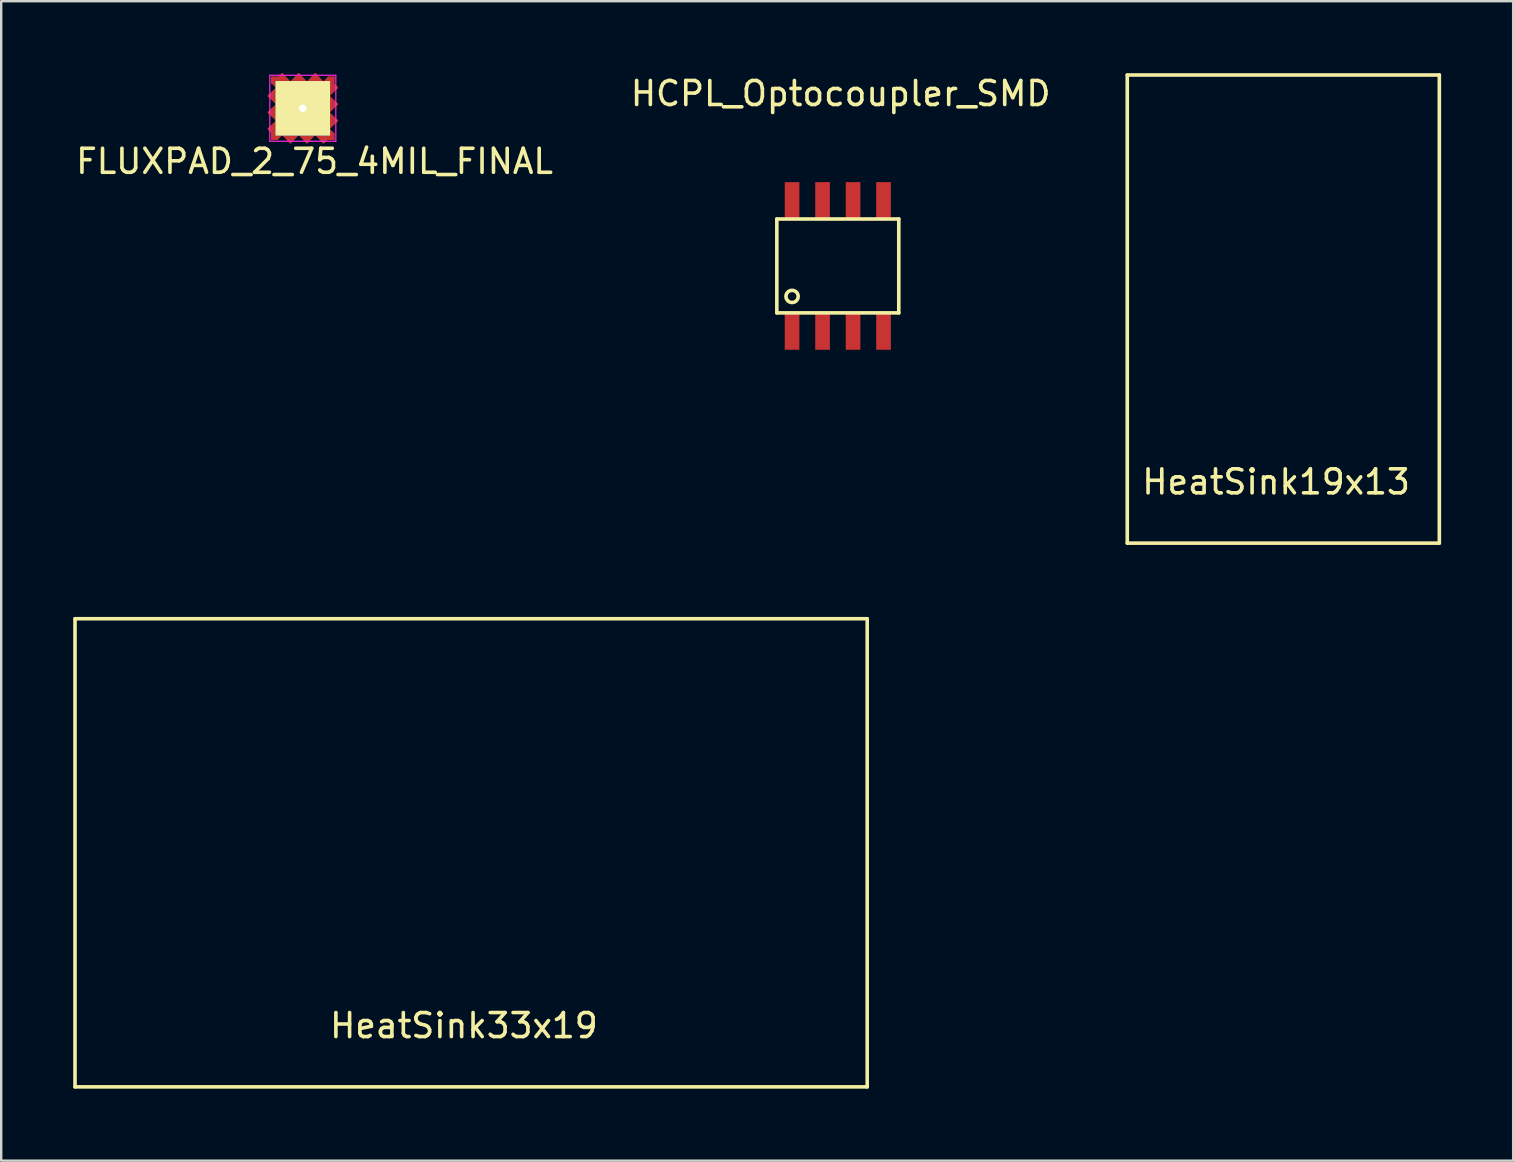
<source format=kicad_pcb>
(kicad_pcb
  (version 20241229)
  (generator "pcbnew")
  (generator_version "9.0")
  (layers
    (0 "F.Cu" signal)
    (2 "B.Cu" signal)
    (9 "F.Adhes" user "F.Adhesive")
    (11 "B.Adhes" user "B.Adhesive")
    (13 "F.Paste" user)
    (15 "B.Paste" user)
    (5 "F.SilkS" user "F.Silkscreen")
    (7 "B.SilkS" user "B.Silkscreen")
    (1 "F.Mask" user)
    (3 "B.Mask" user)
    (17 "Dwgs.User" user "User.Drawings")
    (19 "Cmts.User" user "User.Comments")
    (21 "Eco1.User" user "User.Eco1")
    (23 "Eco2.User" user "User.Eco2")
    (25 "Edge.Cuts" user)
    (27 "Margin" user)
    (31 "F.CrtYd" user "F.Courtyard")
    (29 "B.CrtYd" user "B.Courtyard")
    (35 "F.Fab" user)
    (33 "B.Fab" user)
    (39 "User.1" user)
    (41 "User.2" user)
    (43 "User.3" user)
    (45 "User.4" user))
  (footprint "FLUXPAD_2_75_4MIL_FINAL"
    (layer "F.Cu")
    (at 9.564 1.461)
    (property "Reference" "FLUXPAD_2_75_4MIL_FINAL" (at 0.49 2.21 0) (layer "F.SilkS") (effects (font (size 1 1) (thickness 0.15))))
    (attr through_hole)
    (fp_line (start -1.411 -0.516) (end -1.051 -0.859) (stroke (width 0.1) (type solid)) (layer "F.Cu"))
    (fp_line (start -1.411 0.172) (end -1.051 -0.172) (stroke (width 0.1) (type solid)) (layer "F.Cu"))
    (fp_line (start -1.411 0.859) (end -1.275 0.989) (stroke (width 0.1) (type solid)) (layer "F.Cu"))
    (fp_line (start -1.411 0.859) (end -1.051 0.516) (stroke (width 0.1) (type solid)) (layer "F.Cu"))
    (fp_line (start -1.3 -0.52) (end -1.17 -0.64) (stroke (width 0.15) (type solid)) (layer "F.Cu"))
    (fp_line (start -1.29 0.17) (end -1.16 0.05) (stroke (width 0.15) (type solid)) (layer "F.Cu"))
    (fp_line (start -1.275 -1.275) (end -1.275 -1.074) (stroke (width 0.1) (type solid)) (layer "F.Cu"))
    (fp_line (start -1.275 -1.074) (end -1.051 -0.859) (stroke (width 0.1) (type solid)) (layer "F.Cu"))
    (fp_line (start -1.275 0.989) (end -1.275 1.275) (stroke (width 0.1) (type solid)) (layer "F.Cu"))
    (fp_line (start -1.275 1.275) (end -1.074 1.275) (stroke (width 0.1) (type solid)) (layer "F.Cu"))
    (fp_line (start -1.18 1.17) (end -1.17 0.72) (stroke (width 0.15) (type solid)) (layer "F.Cu"))
    (fp_line (start -1.17 -1.18) (end -0.72 -1.17) (stroke (width 0.15) (type solid)) (layer "F.Cu"))
    (fp_line (start -1.17 -1.07) (end -1.17 -1.18) (stroke (width 0.15) (type solid)) (layer "F.Cu"))
    (fp_line (start -1.17 -0.64) (end -1.17 -0.39) (stroke (width 0.15) (type solid)) (layer "F.Cu"))
    (fp_line (start -1.17 -0.39) (end -1.3 -0.52) (stroke (width 0.15) (type solid)) (layer "F.Cu"))
    (fp_line (start -1.17 0.72) (end -1.27 0.88) (stroke (width 0.15) (type solid)) (layer "F.Cu"))
    (fp_line (start -1.16 0.05) (end -1.16 0.3) (stroke (width 0.15) (type solid)) (layer "F.Cu"))
    (fp_line (start -1.16 0.3) (end -1.29 0.17) (stroke (width 0.15) (type solid)) (layer "F.Cu"))
    (fp_line (start -1.074 1.275) (end -0.859 1.051) (stroke (width 0.1) (type solid)) (layer "F.Cu"))
    (fp_line (start -1.07 1.17) (end -1.18 1.17) (stroke (width 0.15) (type solid)) (layer "F.Cu"))
    (fp_line (start -1.051 -0.172) (end -1.411 -0.516) (stroke (width 0.1) (type solid)) (layer "F.Cu"))
    (fp_line (start -1.051 0.516) (end -1.411 0.172) (stroke (width 0.1) (type solid)) (layer "F.Cu"))
    (fp_line (start -0.989 -1.275) (end -1.275 -1.275) (stroke (width 0.1) (type solid)) (layer "F.Cu"))
    (fp_line (start -0.859 -1.411) (end -0.516 -1.051) (stroke (width 0.1) (type solid)) (layer "F.Cu"))
    (fp_line (start -0.859 -1.411) (end -0.989 -1.275) (stroke (width 0.1) (type solid)) (layer "F.Cu"))
    (fp_line (start -0.72 -1.17) (end -0.88 -1.27) (stroke (width 0.15) (type solid)) (layer "F.Cu"))
    (fp_line (start -0.64 1.17) (end -0.39 1.17) (stroke (width 0.15) (type solid)) (layer "F.Cu"))
    (fp_line (start -0.52 1.3) (end -0.64 1.17) (stroke (width 0.15) (type solid)) (layer "F.Cu"))
    (fp_line (start -0.516 -1.051) (end -0.172 -1.411) (stroke (width 0.1) (type solid)) (layer "F.Cu"))
    (fp_line (start -0.516 1.411) (end -0.859 1.051) (stroke (width 0.1) (type solid)) (layer "F.Cu"))
    (fp_line (start -0.39 1.17) (end -0.52 1.3) (stroke (width 0.15) (type solid)) (layer "F.Cu"))
    (fp_line (start -0.3 -1.16) (end -0.17 -1.29) (stroke (width 0.15) (type solid)) (layer "F.Cu"))
    (fp_line (start -0.172 -1.411) (end 0.172 -1.051) (stroke (width 0.1) (type solid)) (layer "F.Cu"))
    (fp_line (start -0.172 1.051) (end -0.516 1.411) (stroke (width 0.1) (type solid)) (layer "F.Cu"))
    (fp_line (start -0.17 -1.29) (end -0.05 -1.16) (stroke (width 0.15) (type solid)) (layer "F.Cu"))
    (fp_line (start -0.05 -1.16) (end -0.3 -1.16) (stroke (width 0.15) (type solid)) (layer "F.Cu"))
    (fp_line (start 0.05 1.16) (end 0.3 1.16) (stroke (width 0.15) (type solid)) (layer "F.Cu"))
    (fp_line (start 0.17 1.29) (end 0.05 1.16) (stroke (width 0.15) (type solid)) (layer "F.Cu"))
    (fp_line (start 0.172 -1.051) (end 0.516 -1.411) (stroke (width 0.1) (type solid)) (layer "F.Cu"))
    (fp_line (start 0.172 1.411) (end -0.172 1.051) (stroke (width 0.1) (type solid)) (layer "F.Cu"))
    (fp_line (start 0.3 1.16) (end 0.17 1.29) (stroke (width 0.15) (type solid)) (layer "F.Cu"))
    (fp_line (start 0.39 -1.17) (end 0.52 -1.3) (stroke (width 0.15) (type solid)) (layer "F.Cu"))
    (fp_line (start 0.516 -1.411) (end 0.859 -1.051) (stroke (width 0.1) (type solid)) (layer "F.Cu"))
    (fp_line (start 0.516 1.051) (end 0.172 1.411) (stroke (width 0.1) (type solid)) (layer "F.Cu"))
    (fp_line (start 0.52 -1.3) (end 0.64 -1.17) (stroke (width 0.15) (type solid)) (layer "F.Cu"))
    (fp_line (start 0.64 -1.17) (end 0.39 -1.17) (stroke (width 0.15) (type solid)) (layer "F.Cu"))
    (fp_line (start 0.72 1.17) (end 0.88 1.27) (stroke (width 0.15) (type solid)) (layer "F.Cu"))
    (fp_line (start 0.859 1.411) (end 0.989 1.275) (stroke (width 0.1) (type solid)) (layer "F.Cu"))
    (fp_line (start 0.859 1.411) (end 0.516 1.051) (stroke (width 0.1) (type solid)) (layer "F.Cu"))
    (fp_line (start 0.989 1.275) (end 1.275 1.275) (stroke (width 0.1) (type solid)) (layer "F.Cu"))
    (fp_line (start 1.051 -0.516) (end 1.411 -0.172) (stroke (width 0.1) (type solid)) (layer "F.Cu"))
    (fp_line (start 1.051 0.172) (end 1.411 0.516) (stroke (width 0.1) (type solid)) (layer "F.Cu"))
    (fp_line (start 1.07 -1.17) (end 1.18 -1.17) (stroke (width 0.15) (type solid)) (layer "F.Cu"))
    (fp_line (start 1.074 -1.275) (end 0.859 -1.051) (stroke (width 0.1) (type solid)) (layer "F.Cu"))
    (fp_line (start 1.16 -0.3) (end 1.29 -0.17) (stroke (width 0.15) (type solid)) (layer "F.Cu"))
    (fp_line (start 1.16 -0.05) (end 1.16 -0.3) (stroke (width 0.15) (type solid)) (layer "F.Cu"))
    (fp_line (start 1.17 -0.72) (end 1.27 -0.88) (stroke (width 0.15) (type solid)) (layer "F.Cu"))
    (fp_line (start 1.17 0.39) (end 1.3 0.52) (stroke (width 0.15) (type solid)) (layer "F.Cu"))
    (fp_line (start 1.17 0.64) (end 1.17 0.39) (stroke (width 0.15) (type solid)) (layer "F.Cu"))
    (fp_line (start 1.17 1.07) (end 1.17 1.18) (stroke (width 0.15) (type solid)) (layer "F.Cu"))
    (fp_line (start 1.17 1.18) (end 0.72 1.17) (stroke (width 0.15) (type solid)) (layer "F.Cu"))
    (fp_line (start 1.18 -1.17) (end 1.17 -0.72) (stroke (width 0.15) (type solid)) (layer "F.Cu"))
    (fp_line (start 1.275 -1.275) (end 1.074 -1.275) (stroke (width 0.1) (type solid)) (layer "F.Cu"))
    (fp_line (start 1.275 -0.989) (end 1.275 -1.275) (stroke (width 0.1) (type solid)) (layer "F.Cu"))
    (fp_line (start 1.275 1.074) (end 1.051 0.859) (stroke (width 0.1) (type solid)) (layer "F.Cu"))
    (fp_line (start 1.275 1.275) (end 1.275 1.074) (stroke (width 0.1) (type solid)) (layer "F.Cu"))
    (fp_line (start 1.29 -0.17) (end 1.16 -0.05) (stroke (width 0.15) (type solid)) (layer "F.Cu"))
    (fp_line (start 1.3 0.52) (end 1.17 0.64) (stroke (width 0.15) (type solid)) (layer "F.Cu"))
    (fp_line (start 1.411 -0.859) (end 1.051 -0.516) (stroke (width 0.1) (type solid)) (layer "F.Cu"))
    (fp_line (start 1.411 -0.859) (end 1.275 -0.989) (stroke (width 0.1) (type solid)) (layer "F.Cu"))
    (fp_line (start 1.411 -0.172) (end 1.051 0.172) (stroke (width 0.1) (type solid)) (layer "F.Cu"))
    (fp_line (start 1.411 0.516) (end 1.051 0.859) (stroke (width 0.1) (type solid)) (layer "F.Cu"))
    (fp_line (start -1.375 -1.375) (end -1.375 1.375) (stroke (width 0.05) (type solid)) (layer "F.CrtYd"))
    (fp_line (start -1.375 -1.375) (end 1.375 -1.375) (stroke (width 0.05) (type solid)) (layer "F.CrtYd"))
    (fp_line (start -1.375 1.375) (end 1.375 1.375) (stroke (width 0.05) (type solid)) (layer "F.CrtYd"))
    (fp_line (start 1.375 -1.375) (end 1.375 1.375) (stroke (width 0.05) (type solid)) (layer "F.CrtYd"))
    (pad "1" thru_hole circle (at 0 0) (size 0.605 0.605) (drill 0.3) (layers "*.Cu" "*.Mask" "F.SilkS"))
    (pad "1" thru_hole rect (at 0 0) (size 2.27 2.27) (drill 0.3) (layers "F.Cu" "F.Mask" "F.SilkS")))
  (footprint "HCPL_Optocoupler_SMD"
    (layer "F.Cu")
    (at 31.85 8.028)
    (property "Reference" "HCPL_Optocoupler_SMD" (at 0.12 -7.18 0) (layer "F.SilkS") (effects (font (size 1 1) (thickness 0.15))))
    (attr through_hole)
    (fp_line (start -2.54 -1.956) (end -2.54 1.956) (stroke (width 0.15) (type solid)) (layer "F.SilkS"))
    (fp_line (start -2.54 -1.956) (end 2.54 -1.956) (stroke (width 0.15) (type solid)) (layer "F.SilkS"))
    (fp_line (start 2.54 -1.956) (end 2.54 1.956) (stroke (width 0.15) (type solid)) (layer "F.SilkS"))
    (fp_line (start 2.54 1.956) (end -2.54 1.956) (stroke (width 0.15) (type solid)) (layer "F.SilkS"))
    (fp_circle (center -1.905 1.27) (end -2.159 1.27) (stroke (width 0.15) (type solid)) (fill no) (layer "F.SilkS"))
    (pad "1" smd rect (at -1.905 2.732) (size 0.61 1.52) (layers "F.Cu" "F.Mask" "F.Paste"))
    (pad "2" smd rect (at -0.635 2.732) (size 0.61 1.52) (layers "F.Cu" "F.Mask" "F.Paste"))
    (pad "3" smd rect (at 0.635 2.732) (size 0.61 1.52) (layers "F.Cu" "F.Mask" "F.Paste"))
    (pad "4" smd rect (at 1.905 2.732) (size 0.61 1.52) (layers "F.Cu" "F.Mask" "F.Paste"))
    (pad "5" smd rect (at 1.905 -2.732) (size 0.61 1.52) (layers "F.Cu" "F.Mask" "F.Paste"))
    (pad "6" smd rect (at 0.635 -2.732) (size 0.61 1.52) (layers "F.Cu" "F.Mask" "F.Paste"))
    (pad "7" smd rect (at -0.635 -2.732) (size 0.61 1.52) (layers "F.Cu" "F.Mask" "F.Paste"))
    (pad "8" smd rect (at -1.905 -2.732) (size 0.61 1.52) (layers "F.Cu" "F.Mask" "F.Paste")))
  (footprint "HeatSink19x13"
    (layer "F.Cu")
    (at 50.408 9.825)
    (property "Reference" "HeatSink19x13" (at -0.3 7.2 0) (layer "F.SilkS") (effects (font (size 1 1) (thickness 0.15))))
    (attr through_hole)
    (fp_line (start -6.5 -9.75) (end -6.5 9.75) (stroke (width 0.15) (type solid)) (layer "F.SilkS"))
    (fp_line (start -6.5 -9.75) (end 6.5 -9.75) (stroke (width 0.15) (type solid)) (layer "F.SilkS"))
    (fp_line (start -6.5 9.75) (end 6.5 9.75) (stroke (width 0.15) (type solid)) (layer "F.SilkS"))
    (fp_line (start 6.5 9.75) (end 6.5 -9.75) (stroke (width 0.15) (type solid)) (layer "F.SilkS")))
  (footprint "HeatSink33x19"
    (layer "F.Cu")
    (at 16.575 32.475)
    (property "Reference" "HeatSink33x19" (at -0.3 7.2 0) (layer "F.SilkS") (effects (font (size 1 1) (thickness 0.15))))
    (attr through_hole)
    (fp_line (start -16.5 -9.75) (end -16.5 9.75) (stroke (width 0.15) (type solid)) (layer "F.SilkS"))
    (fp_line (start -16.5 9.75) (end 16.5 9.75) (stroke (width 0.15) (type solid)) (layer "F.SilkS"))
    (fp_line (start 16.5 -9.75) (end -16.5 -9.75) (stroke (width 0.15) (type solid)) (layer "F.SilkS"))
    (fp_line (start 16.5 9.75) (end 16.5 -9.75) (stroke (width 0.15) (type solid)) (layer "F.SilkS")))
  (gr_rect
    (start -3 -3)
    (end 59.983 45.3)
    (stroke (width 0.1) (type default))
    (fill no)
    (layer "Edge.Cuts")))
</source>
